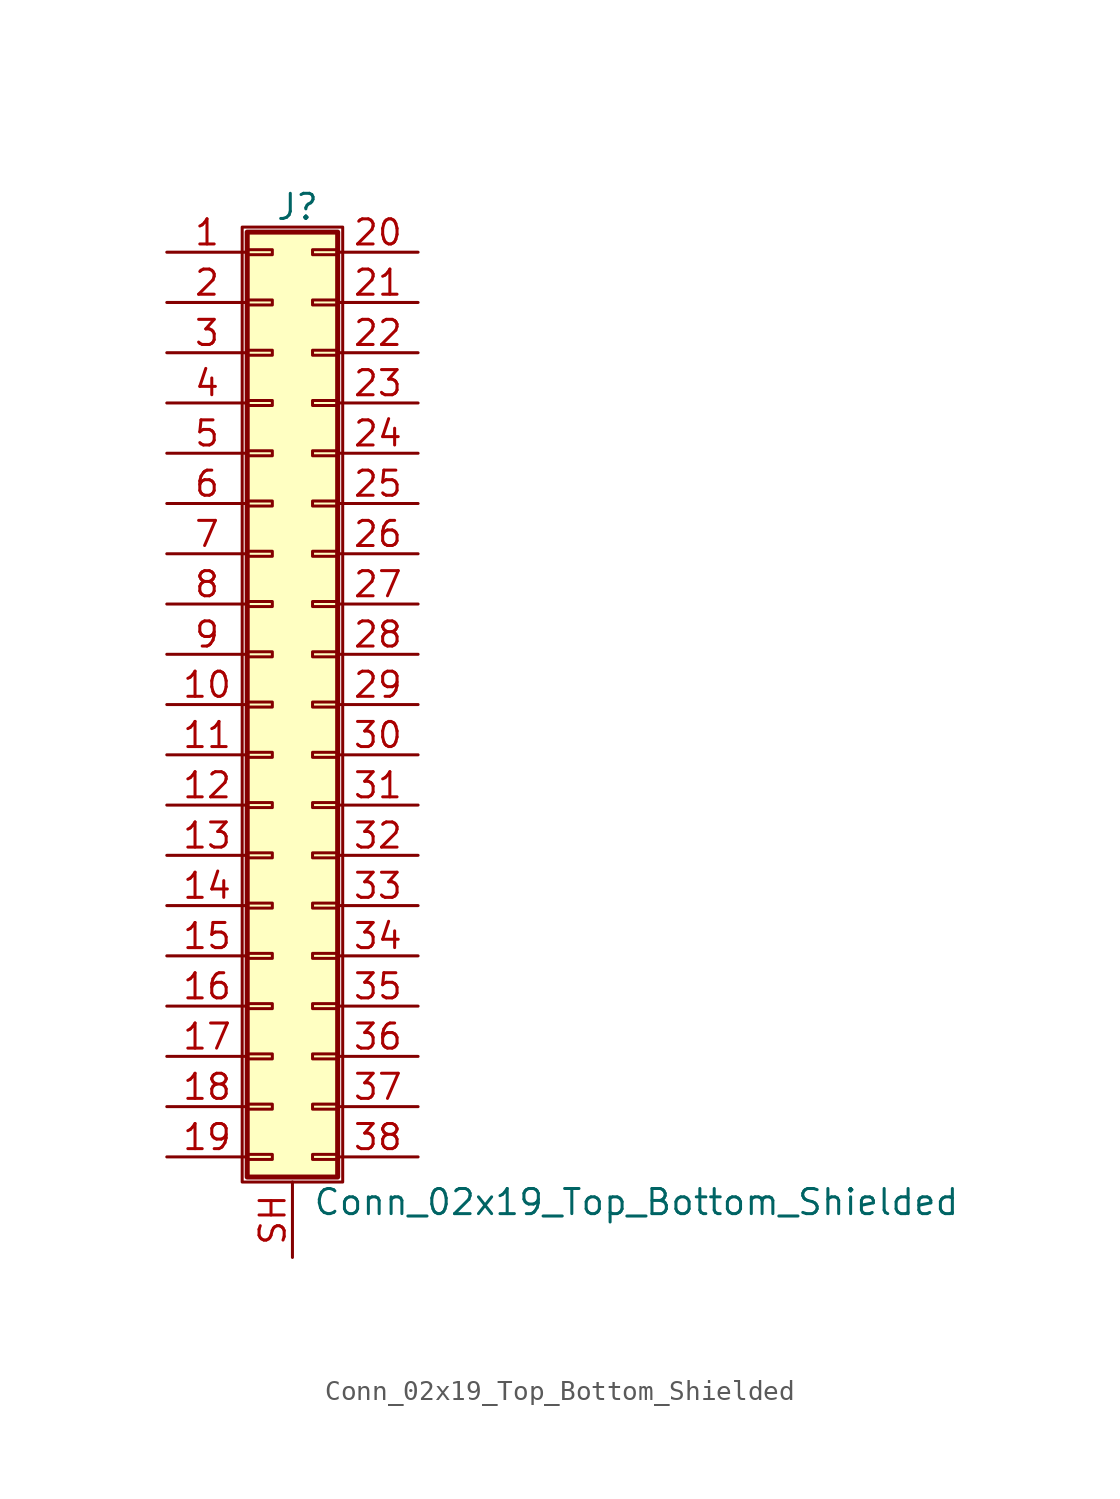
<source format=kicad_sym>
(kicad_symbol_lib
  (version 20201005)
  (generator kicad_symbol_editor)
  (symbol "Conn_02x19_Top_Bottom_Shielded"
    (pin_names
      (offset 1.016) hide)
    (property "Reference" "J"
      (at 1.524 25.146 0)
      (effects (font (size 1.27 1.27))))
    (property "Value" "Conn_02x19_Top_Bottom_Shielded"
      (at 2.286 -25.146 0)
      (effects (font (size 1.27 1.27)) (justify left)))
    (symbol "Conn_02x19_Top_Bottom_Shielded_1_1"
      (rectangle (start -1.27 24.13) (end 3.81 -24.13) (stroke (width 0.152)) (fill (type none)))
      (rectangle (start -1.016 -22.733) (end 0.254 -22.987) (stroke (width 0.152)) (fill (type none)))
      (rectangle (start -1.016 -20.193) (end 0.254 -20.447) (stroke (width 0.152)) (fill (type none)))
      (rectangle (start -1.016 -17.653) (end 0.254 -17.907) (stroke (width 0.152)) (fill (type none)))
      (rectangle (start -1.016 -15.113) (end 0.254 -15.367) (stroke (width 0.152)) (fill (type none)))
      (rectangle (start -1.016 -12.573) (end 0.254 -12.827) (stroke (width 0.152)) (fill (type none)))
      (rectangle (start -1.016 -10.033) (end 0.254 -10.287) (stroke (width 0.152)) (fill (type none)))
      (rectangle (start -1.016 -7.493) (end 0.254 -7.747) (stroke (width 0.152)) (fill (type none)))
      (rectangle (start -1.016 -4.953) (end 0.254 -5.207) (stroke (width 0.152)) (fill (type none)))
      (rectangle (start -1.016 -2.413) (end 0.254 -2.667) (stroke (width 0.152)) (fill (type none)))
      (rectangle (start -1.016 0.127) (end 0.254 -0.127) (stroke (width 0.152)) (fill (type none)))
      (rectangle (start -1.016 2.667) (end 0.254 2.413) (stroke (width 0.152)) (fill (type none)))
      (rectangle (start -1.016 5.207) (end 0.254 4.953) (stroke (width 0.152)) (fill (type none)))
      (rectangle (start -1.016 7.747) (end 0.254 7.493) (stroke (width 0.152)) (fill (type none)))
      (rectangle (start -1.016 10.287) (end 0.254 10.033) (stroke (width 0.152)) (fill (type none)))
      (rectangle (start -1.016 12.827) (end 0.254 12.573) (stroke (width 0.152)) (fill (type none)))
      (rectangle (start -1.016 15.367) (end 0.254 15.113) (stroke (width 0.152)) (fill (type none)))
      (rectangle (start -1.016 17.907) (end 0.254 17.653) (stroke (width 0.152)) (fill (type none)))
      (rectangle (start -1.016 20.447) (end 0.254 20.193) (stroke (width 0.152)) (fill (type none)))
      (rectangle (start -1.016 22.987) (end 0.254 22.733) (stroke (width 0.152)) (fill (type none)))
      (rectangle (start -1.016 23.876) (end 3.556 -23.876) (stroke (width 0.254)) (fill (type background)))
      (rectangle (start 3.556 -22.733) (end 2.286 -22.987) (stroke (width 0.152)) (fill (type none)))
      (rectangle (start 3.556 -20.193) (end 2.286 -20.447) (stroke (width 0.152)) (fill (type none)))
      (rectangle (start 3.556 -17.653) (end 2.286 -17.907) (stroke (width 0.152)) (fill (type none)))
      (rectangle (start 3.556 -15.113) (end 2.286 -15.367) (stroke (width 0.152)) (fill (type none)))
      (rectangle (start 3.556 -12.573) (end 2.286 -12.827) (stroke (width 0.152)) (fill (type none)))
      (rectangle (start 3.556 -10.033) (end 2.286 -10.287) (stroke (width 0.152)) (fill (type none)))
      (rectangle (start 3.556 -7.493) (end 2.286 -7.747) (stroke (width 0.152)) (fill (type none)))
      (rectangle (start 3.556 -4.953) (end 2.286 -5.207) (stroke (width 0.152)) (fill (type none)))
      (rectangle (start 3.556 -2.413) (end 2.286 -2.667) (stroke (width 0.152)) (fill (type none)))
      (rectangle (start 3.556 0.127) (end 2.286 -0.127) (stroke (width 0.152)) (fill (type none)))
      (rectangle (start 3.556 2.667) (end 2.286 2.413) (stroke (width 0.152)) (fill (type none)))
      (rectangle (start 3.556 5.207) (end 2.286 4.953) (stroke (width 0.152)) (fill (type none)))
      (rectangle (start 3.556 7.747) (end 2.286 7.493) (stroke (width 0.152)) (fill (type none)))
      (rectangle (start 3.556 10.287) (end 2.286 10.033) (stroke (width 0.152)) (fill (type none)))
      (rectangle (start 3.556 12.827) (end 2.286 12.573) (stroke (width 0.152)) (fill (type none)))
      (rectangle (start 3.556 15.367) (end 2.286 15.113) (stroke (width 0.152)) (fill (type none)))
      (rectangle (start 3.556 17.907) (end 2.286 17.653) (stroke (width 0.152)) (fill (type none)))
      (rectangle (start 3.556 20.447) (end 2.286 20.193) (stroke (width 0.152)) (fill (type none)))
      (rectangle (start 3.556 22.987) (end 2.286 22.733) (stroke (width 0.152)) (fill (type none)))
      (pin passive line (at -5.08 22.86 0) (length 4.064) (name "Pin_1" (effects (font (size 1.27 1.27)))) (number "1" (effects (font (size 1.27 1.27)))))
      (pin passive line (at -5.08 0 0) (length 4.064) (name "Pin_10" (effects (font (size 1.27 1.27)))) (number "10" (effects (font (size 1.27 1.27)))))
      (pin passive line (at -5.08 -2.54 0) (length 4.064) (name "Pin_11" (effects (font (size 1.27 1.27)))) (number "11" (effects (font (size 1.27 1.27)))))
      (pin passive line (at -5.08 -5.08 0) (length 4.064) (name "Pin_12" (effects (font (size 1.27 1.27)))) (number "12" (effects (font (size 1.27 1.27)))))
      (pin passive line (at -5.08 -7.62 0) (length 4.064) (name "Pin_13" (effects (font (size 1.27 1.27)))) (number "13" (effects (font (size 1.27 1.27)))))
      (pin passive line (at -5.08 -10.16 0) (length 4.064) (name "Pin_14" (effects (font (size 1.27 1.27)))) (number "14" (effects (font (size 1.27 1.27)))))
      (pin passive line (at -5.08 -12.7 0) (length 4.064) (name "Pin_15" (effects (font (size 1.27 1.27)))) (number "15" (effects (font (size 1.27 1.27)))))
      (pin passive line (at -5.08 -15.24 0) (length 4.064) (name "Pin_16" (effects (font (size 1.27 1.27)))) (number "16" (effects (font (size 1.27 1.27)))))
      (pin passive line (at -5.08 -17.78 0) (length 4.064) (name "Pin_17" (effects (font (size 1.27 1.27)))) (number "17" (effects (font (size 1.27 1.27)))))
      (pin passive line (at -5.08 -20.32 0) (length 4.064) (name "Pin_18" (effects (font (size 1.27 1.27)))) (number "18" (effects (font (size 1.27 1.27)))))
      (pin passive line (at -5.08 -22.86 0) (length 4.064) (name "Pin_19" (effects (font (size 1.27 1.27)))) (number "19" (effects (font (size 1.27 1.27)))))
      (pin passive line (at -5.08 20.32 0) (length 4.064) (name "Pin_2" (effects (font (size 1.27 1.27)))) (number "2" (effects (font (size 1.27 1.27)))))
      (pin passive line (at 7.62 22.86 180) (length 4.064) (name "Pin_20" (effects (font (size 1.27 1.27)))) (number "20" (effects (font (size 1.27 1.27)))))
      (pin passive line (at 7.62 20.32 180) (length 4.064) (name "Pin_21" (effects (font (size 1.27 1.27)))) (number "21" (effects (font (size 1.27 1.27)))))
      (pin passive line (at 7.62 17.78 180) (length 4.064) (name "Pin_22" (effects (font (size 1.27 1.27)))) (number "22" (effects (font (size 1.27 1.27)))))
      (pin passive line (at 7.62 15.24 180) (length 4.064) (name "Pin_23" (effects (font (size 1.27 1.27)))) (number "23" (effects (font (size 1.27 1.27)))))
      (pin passive line (at 7.62 12.7 180) (length 4.064) (name "Pin_24" (effects (font (size 1.27 1.27)))) (number "24" (effects (font (size 1.27 1.27)))))
      (pin passive line (at 7.62 10.16 180) (length 4.064) (name "Pin_25" (effects (font (size 1.27 1.27)))) (number "25" (effects (font (size 1.27 1.27)))))
      (pin passive line (at 7.62 7.62 180) (length 4.064) (name "Pin_26" (effects (font (size 1.27 1.27)))) (number "26" (effects (font (size 1.27 1.27)))))
      (pin passive line (at 7.62 5.08 180) (length 4.064) (name "Pin_27" (effects (font (size 1.27 1.27)))) (number "27" (effects (font (size 1.27 1.27)))))
      (pin passive line (at 7.62 2.54 180) (length 4.064) (name "Pin_28" (effects (font (size 1.27 1.27)))) (number "28" (effects (font (size 1.27 1.27)))))
      (pin passive line (at 7.62 0 180) (length 4.064) (name "Pin_29" (effects (font (size 1.27 1.27)))) (number "29" (effects (font (size 1.27 1.27)))))
      (pin passive line (at -5.08 17.78 0) (length 4.064) (name "Pin_3" (effects (font (size 1.27 1.27)))) (number "3" (effects (font (size 1.27 1.27)))))
      (pin passive line (at 7.62 -2.54 180) (length 4.064) (name "Pin_30" (effects (font (size 1.27 1.27)))) (number "30" (effects (font (size 1.27 1.27)))))
      (pin passive line (at 7.62 -5.08 180) (length 4.064) (name "Pin_31" (effects (font (size 1.27 1.27)))) (number "31" (effects (font (size 1.27 1.27)))))
      (pin passive line (at 7.62 -7.62 180) (length 4.064) (name "Pin_32" (effects (font (size 1.27 1.27)))) (number "32" (effects (font (size 1.27 1.27)))))
      (pin passive line (at 7.62 -10.16 180) (length 4.064) (name "Pin_33" (effects (font (size 1.27 1.27)))) (number "33" (effects (font (size 1.27 1.27)))))
      (pin passive line (at 7.62 -12.7 180) (length 4.064) (name "Pin_34" (effects (font (size 1.27 1.27)))) (number "34" (effects (font (size 1.27 1.27)))))
      (pin passive line (at 7.62 -15.24 180) (length 4.064) (name "Pin_35" (effects (font (size 1.27 1.27)))) (number "35" (effects (font (size 1.27 1.27)))))
      (pin passive line (at 7.62 -17.78 180) (length 4.064) (name "Pin_36" (effects (font (size 1.27 1.27)))) (number "36" (effects (font (size 1.27 1.27)))))
      (pin passive line (at 7.62 -20.32 180) (length 4.064) (name "Pin_37" (effects (font (size 1.27 1.27)))) (number "37" (effects (font (size 1.27 1.27)))))
      (pin passive line (at 7.62 -22.86 180) (length 4.064) (name "Pin_38" (effects (font (size 1.27 1.27)))) (number "38" (effects (font (size 1.27 1.27)))))
      (pin passive line (at -5.08 15.24 0) (length 4.064) (name "Pin_4" (effects (font (size 1.27 1.27)))) (number "4" (effects (font (size 1.27 1.27)))))
      (pin passive line (at -5.08 12.7 0) (length 4.064) (name "Pin_5" (effects (font (size 1.27 1.27)))) (number "5" (effects (font (size 1.27 1.27)))))
      (pin passive line (at -5.08 10.16 0) (length 4.064) (name "Pin_6" (effects (font (size 1.27 1.27)))) (number "6" (effects (font (size 1.27 1.27)))))
      (pin passive line (at -5.08 7.62 0) (length 4.064) (name "Pin_7" (effects (font (size 1.27 1.27)))) (number "7" (effects (font (size 1.27 1.27)))))
      (pin passive line (at -5.08 5.08 0) (length 4.064) (name "Pin_8" (effects (font (size 1.27 1.27)))) (number "8" (effects (font (size 1.27 1.27)))))
      (pin passive line (at -5.08 2.54 0) (length 4.064) (name "Pin_9" (effects (font (size 1.27 1.27)))) (number "9" (effects (font (size 1.27 1.27)))))
      (pin passive line (at 1.27 -27.94 90) (length 3.81) (name "Shield" (effects (font (size 1.27 1.27)))) (number "SH" (effects (font (size 1.27 1.27))))))))
</source>
